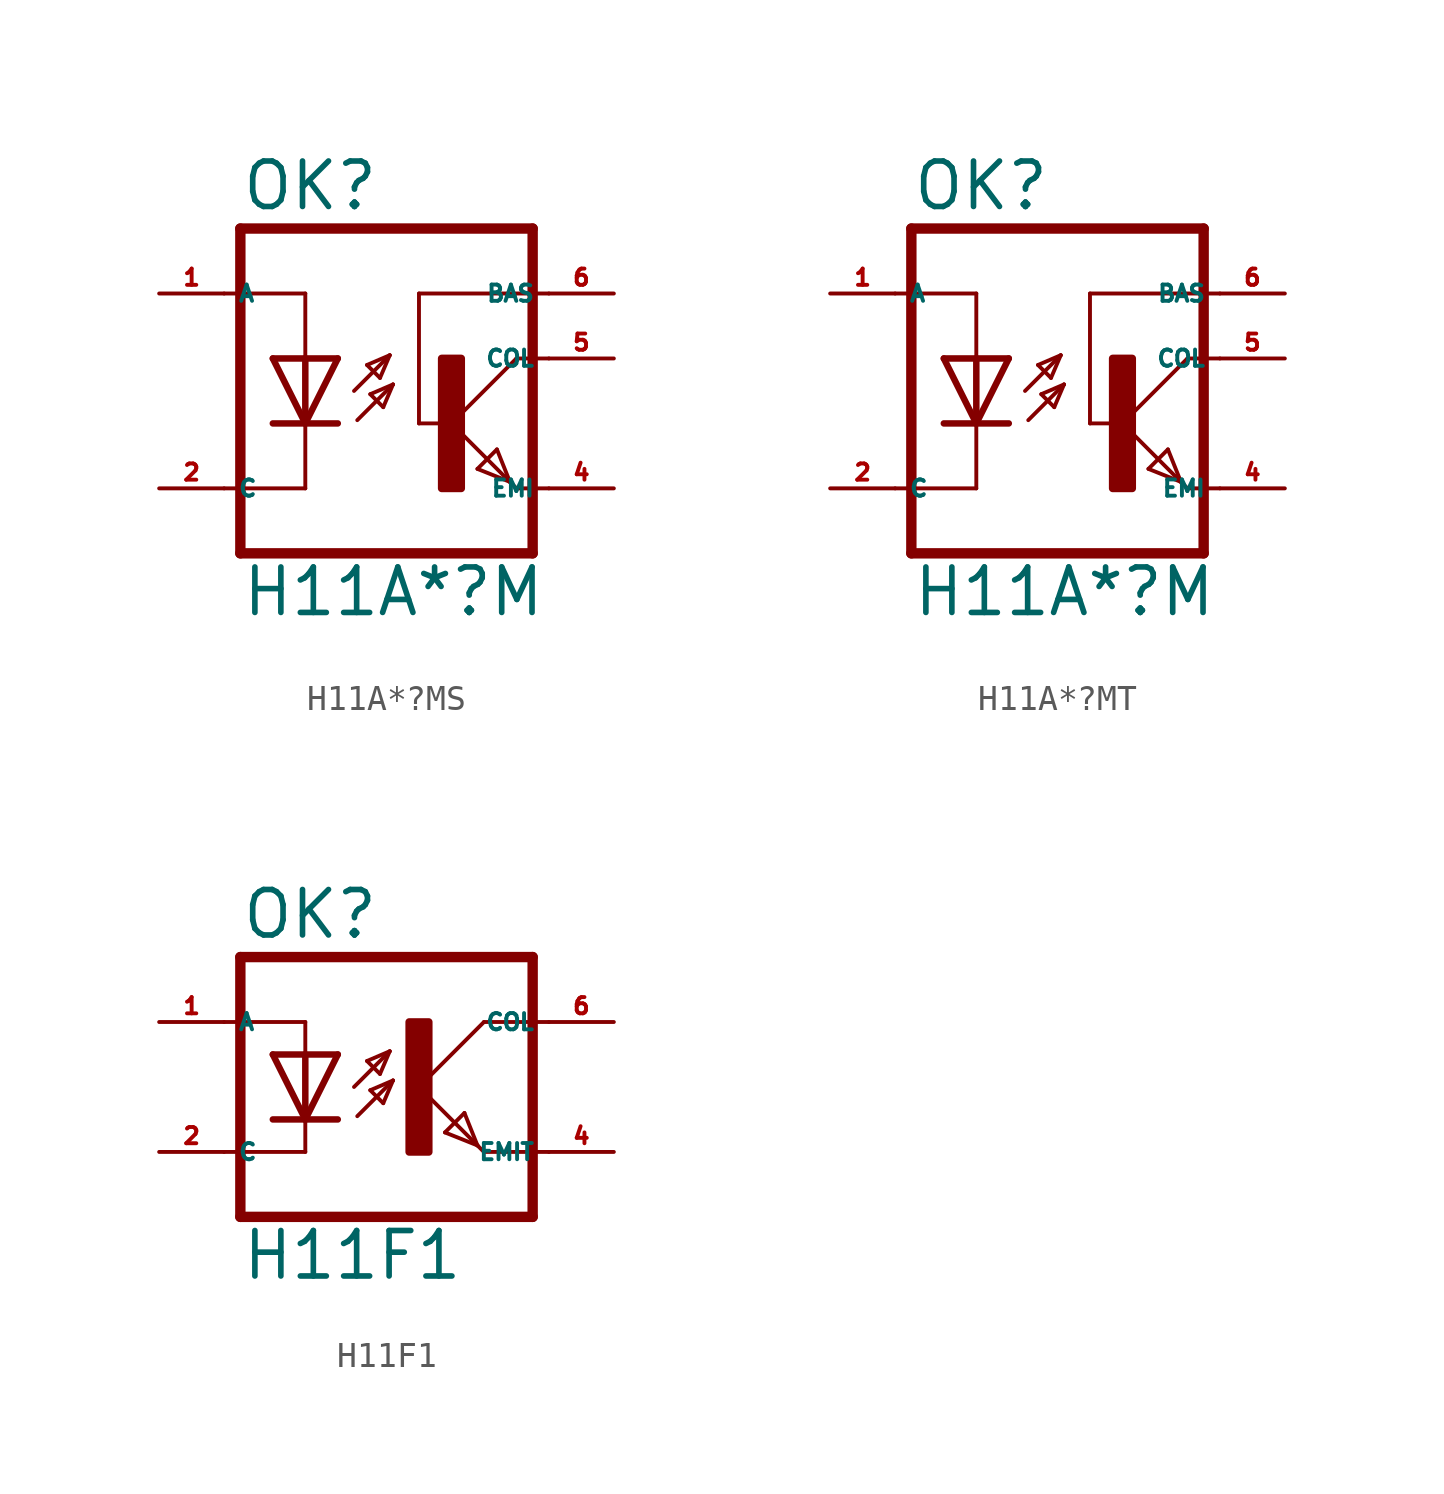
<source format=kicad_sym>
(kicad_symbol_lib
  (version 20220914)
  (generator kicad_symbol_editor)
  (symbol "H11A*?MS"
    (property "Reference" "OK"
      (at -6.985 5.715 0)
      (effects (font (size 1.778 1.778) (thickness 0.22)) (justify left bottom)))
    (property "Value" "H11A*?M"
      (at -6.985 -10.16 0)
      (effects (font (size 1.778 1.778) (thickness 0.22)) (justify left bottom)))
    (symbol "H11A*?MS_1_1"
      (polyline (pts (xy -7.62 2.54) (xy -4.445 2.54)) (stroke (width 0.152) (type default)) (fill (type none)))
      (polyline (pts (xy -6.985 -7.62) (xy 4.445 -7.62)) (stroke (width 0.406) (type default)) (fill (type none)))
      (polyline (pts (xy -6.985 5.08) (xy -6.985 -7.62)) (stroke (width 0.406) (type default)) (fill (type none)))
      (polyline (pts (xy -6.985 5.08) (xy 4.445 5.08)) (stroke (width 0.406) (type default)) (fill (type none)))
      (polyline (pts (xy -4.445 -5.08) (xy -7.62 -5.08)) (stroke (width 0.152) (type default)) (fill (type none)))
      (polyline (pts (xy -4.445 -2.54) (xy -5.715 -2.54)) (stroke (width 0.254) (type default)) (fill (type none)))
      (polyline (pts (xy -4.445 -2.54) (xy -5.715 0)) (stroke (width 0.254) (type default)) (fill (type none)))
      (polyline (pts (xy -4.445 -2.54) (xy -4.445 -5.08)) (stroke (width 0.152) (type default)) (fill (type none)))
      (polyline (pts (xy -4.445 0) (xy -5.715 0)) (stroke (width 0.254) (type default)) (fill (type none)))
      (polyline (pts (xy -4.445 0) (xy -4.445 -2.54)) (stroke (width 0.254) (type default)) (fill (type none)))
      (polyline (pts (xy -4.445 2.54) (xy -4.445 0)) (stroke (width 0.152) (type default)) (fill (type none)))
      (polyline (pts (xy -3.175 -2.54) (xy -4.445 -2.54)) (stroke (width 0.254) (type default)) (fill (type none)))
      (polyline (pts (xy -3.175 0) (xy -4.445 -2.54)) (stroke (width 0.254) (type default)) (fill (type none)))
      (polyline (pts (xy -3.175 0) (xy -4.445 0)) (stroke (width 0.254) (type default)) (fill (type none)))
      (polyline (pts (xy -2.54 -1.27) (xy -1.143 0.127)) (stroke (width 0.152) (type default)) (fill (type none)))
      (polyline (pts (xy -2.413 -2.413) (xy -1.016 -1.016)) (stroke (width 0.152) (type default)) (fill (type none)))
      (polyline (pts (xy -2.032 -0.254) (xy -1.524 -0.762)) (stroke (width 0.152) (type default)) (fill (type none)))
      (polyline (pts (xy -1.905 -1.397) (xy -1.397 -1.905)) (stroke (width 0.152) (type default)) (fill (type none)))
      (polyline (pts (xy -1.524 -0.762) (xy -1.143 0.127)) (stroke (width 0.152) (type default)) (fill (type none)))
      (polyline (pts (xy -1.397 -1.905) (xy -1.016 -1.016)) (stroke (width 0.152) (type default)) (fill (type none)))
      (polyline (pts (xy -1.143 0.127) (xy -2.032 -0.254)) (stroke (width 0.152) (type default)) (fill (type none)))
      (polyline (pts (xy -1.016 -1.016) (xy -1.905 -1.397)) (stroke (width 0.152) (type default)) (fill (type none)))
      (polyline (pts (xy 0 -2.54) (xy 0 2.54)) (stroke (width 0.152) (type default)) (fill (type none)))
      (polyline (pts (xy 0 -2.54) (xy 1.016 -2.54)) (stroke (width 0.152) (type default)) (fill (type none)))
      (polyline (pts (xy 0 2.54) (xy 5.08 2.54)) (stroke (width 0.152) (type default)) (fill (type none)))
      (polyline (pts (xy 1.27 -2.54) (xy 3.556 -4.826)) (stroke (width 0.152) (type default)) (fill (type none)))
      (polyline (pts (xy 2.286 -4.318) (xy 3.048 -3.556)) (stroke (width 0.152) (type default)) (fill (type none)))
      (polyline (pts (xy 3.048 -3.556) (xy 3.556 -4.826)) (stroke (width 0.152) (type default)) (fill (type none)))
      (polyline (pts (xy 3.556 -4.826) (xy 2.286 -4.318)) (stroke (width 0.152) (type default)) (fill (type none)))
      (polyline (pts (xy 3.556 -4.826) (xy 3.81 -5.08)) (stroke (width 0.152) (type default)) (fill (type none)))
      (polyline (pts (xy 3.81 -5.08) (xy 5.08 -5.08)) (stroke (width 0.152) (type default)) (fill (type none)))
      (polyline (pts (xy 3.81 0) (xy 1.27 -2.54)) (stroke (width 0.152) (type default)) (fill (type none)))
      (polyline (pts (xy 3.81 0) (xy 5.08 0)) (stroke (width 0.152) (type default)) (fill (type none)))
      (polyline (pts (xy 4.445 5.08) (xy 4.445 -7.62)) (stroke (width 0.406) (type default)) (fill (type none)))
      (rectangle (start 0.889 -5.08) (end 1.651 0) (stroke (width 0.3) (type default)) (fill (type outline)))
      (pin passive line (at -10.16 2.54 0) (length 2.54) (name "A" (effects (font (size 0.635 0.635)))) (number "1" (effects (font (size 0.635 0.635)))))
      (pin passive line (at -10.16 -5.08 0) (length 2.54) (name "C" (effects (font (size 0.635 0.635)))) (number "2" (effects (font (size 0.635 0.635)))))
      (pin passive line (at 7.62 -5.08 180) (length 2.54) (name "EMI" (effects (font (size 0.635 0.635)))) (number "4" (effects (font (size 0.635 0.635)))))
      (pin passive line (at 7.62 0 180) (length 2.54) (name "COL" (effects (font (size 0.635 0.635)))) (number "5" (effects (font (size 0.635 0.635)))))
      (pin passive line (at 7.62 2.54 180) (length 2.54) (name "BAS" (effects (font (size 0.635 0.635)))) (number "6" (effects (font (size 0.635 0.635)))))))
  (symbol "H11A*?MT"
    (property "Reference" "OK"
      (at -6.985 5.715 0)
      (effects (font (size 1.778 1.778) (thickness 0.22)) (justify left bottom)))
    (property "Value" "H11A*?M"
      (at -6.985 -10.16 0)
      (effects (font (size 1.778 1.778) (thickness 0.22)) (justify left bottom)))
    (symbol "H11A*?MT_1_1"
      (polyline (pts (xy -7.62 2.54) (xy -4.445 2.54)) (stroke (width 0.152) (type default)) (fill (type none)))
      (polyline (pts (xy -6.985 -7.62) (xy 4.445 -7.62)) (stroke (width 0.406) (type default)) (fill (type none)))
      (polyline (pts (xy -6.985 5.08) (xy -6.985 -7.62)) (stroke (width 0.406) (type default)) (fill (type none)))
      (polyline (pts (xy -6.985 5.08) (xy 4.445 5.08)) (stroke (width 0.406) (type default)) (fill (type none)))
      (polyline (pts (xy -4.445 -5.08) (xy -7.62 -5.08)) (stroke (width 0.152) (type default)) (fill (type none)))
      (polyline (pts (xy -4.445 -2.54) (xy -5.715 -2.54)) (stroke (width 0.254) (type default)) (fill (type none)))
      (polyline (pts (xy -4.445 -2.54) (xy -5.715 0)) (stroke (width 0.254) (type default)) (fill (type none)))
      (polyline (pts (xy -4.445 -2.54) (xy -4.445 -5.08)) (stroke (width 0.152) (type default)) (fill (type none)))
      (polyline (pts (xy -4.445 0) (xy -5.715 0)) (stroke (width 0.254) (type default)) (fill (type none)))
      (polyline (pts (xy -4.445 0) (xy -4.445 -2.54)) (stroke (width 0.254) (type default)) (fill (type none)))
      (polyline (pts (xy -4.445 2.54) (xy -4.445 0)) (stroke (width 0.152) (type default)) (fill (type none)))
      (polyline (pts (xy -3.175 -2.54) (xy -4.445 -2.54)) (stroke (width 0.254) (type default)) (fill (type none)))
      (polyline (pts (xy -3.175 0) (xy -4.445 -2.54)) (stroke (width 0.254) (type default)) (fill (type none)))
      (polyline (pts (xy -3.175 0) (xy -4.445 0)) (stroke (width 0.254) (type default)) (fill (type none)))
      (polyline (pts (xy -2.54 -1.27) (xy -1.143 0.127)) (stroke (width 0.152) (type default)) (fill (type none)))
      (polyline (pts (xy -2.413 -2.413) (xy -1.016 -1.016)) (stroke (width 0.152) (type default)) (fill (type none)))
      (polyline (pts (xy -2.032 -0.254) (xy -1.524 -0.762)) (stroke (width 0.152) (type default)) (fill (type none)))
      (polyline (pts (xy -1.905 -1.397) (xy -1.397 -1.905)) (stroke (width 0.152) (type default)) (fill (type none)))
      (polyline (pts (xy -1.524 -0.762) (xy -1.143 0.127)) (stroke (width 0.152) (type default)) (fill (type none)))
      (polyline (pts (xy -1.397 -1.905) (xy -1.016 -1.016)) (stroke (width 0.152) (type default)) (fill (type none)))
      (polyline (pts (xy -1.143 0.127) (xy -2.032 -0.254)) (stroke (width 0.152) (type default)) (fill (type none)))
      (polyline (pts (xy -1.016 -1.016) (xy -1.905 -1.397)) (stroke (width 0.152) (type default)) (fill (type none)))
      (polyline (pts (xy 0 -2.54) (xy 0 2.54)) (stroke (width 0.152) (type default)) (fill (type none)))
      (polyline (pts (xy 0 -2.54) (xy 1.016 -2.54)) (stroke (width 0.152) (type default)) (fill (type none)))
      (polyline (pts (xy 0 2.54) (xy 5.08 2.54)) (stroke (width 0.152) (type default)) (fill (type none)))
      (polyline (pts (xy 1.27 -2.54) (xy 3.556 -4.826)) (stroke (width 0.152) (type default)) (fill (type none)))
      (polyline (pts (xy 2.286 -4.318) (xy 3.048 -3.556)) (stroke (width 0.152) (type default)) (fill (type none)))
      (polyline (pts (xy 3.048 -3.556) (xy 3.556 -4.826)) (stroke (width 0.152) (type default)) (fill (type none)))
      (polyline (pts (xy 3.556 -4.826) (xy 2.286 -4.318)) (stroke (width 0.152) (type default)) (fill (type none)))
      (polyline (pts (xy 3.556 -4.826) (xy 3.81 -5.08)) (stroke (width 0.152) (type default)) (fill (type none)))
      (polyline (pts (xy 3.81 -5.08) (xy 5.08 -5.08)) (stroke (width 0.152) (type default)) (fill (type none)))
      (polyline (pts (xy 3.81 0) (xy 1.27 -2.54)) (stroke (width 0.152) (type default)) (fill (type none)))
      (polyline (pts (xy 3.81 0) (xy 5.08 0)) (stroke (width 0.152) (type default)) (fill (type none)))
      (polyline (pts (xy 4.445 5.08) (xy 4.445 -7.62)) (stroke (width 0.406) (type default)) (fill (type none)))
      (rectangle (start 0.889 -5.08) (end 1.651 0) (stroke (width 0.3) (type default)) (fill (type outline)))
      (pin passive line (at -10.16 2.54 0) (length 2.54) (name "A" (effects (font (size 0.635 0.635)))) (number "1" (effects (font (size 0.635 0.635)))))
      (pin passive line (at -10.16 -5.08 0) (length 2.54) (name "C" (effects (font (size 0.635 0.635)))) (number "2" (effects (font (size 0.635 0.635)))))
      (pin passive line (at 7.62 -5.08 180) (length 2.54) (name "EMI" (effects (font (size 0.635 0.635)))) (number "4" (effects (font (size 0.635 0.635)))))
      (pin passive line (at 7.62 0 180) (length 2.54) (name "COL" (effects (font (size 0.635 0.635)))) (number "5" (effects (font (size 0.635 0.635)))))
      (pin passive line (at 7.62 2.54 180) (length 2.54) (name "BAS" (effects (font (size 0.635 0.635)))) (number "6" (effects (font (size 0.635 0.635)))))))
  (symbol "H11F1"
    (property "Reference" "OK"
      (at -6.985 5.715 0)
      (effects (font (size 1.778 1.778) (thickness 0.22)) (justify left bottom)))
    (property "Value" "H11F1"
      (at -6.985 -7.62 0)
      (effects (font (size 1.778 1.778) (thickness 0.22)) (justify left bottom)))
    (symbol "H11F1_1_1"
      (rectangle (start -0.381 -2.54) (end 0.381 2.54) (stroke (width 0.3) (type default)) (fill (type outline)))
      (polyline (pts (xy -6.985 -5.08) (xy 4.445 -5.08)) (stroke (width 0.406) (type default)) (fill (type none)))
      (polyline (pts (xy -6.985 5.08) (xy -6.985 -5.08)) (stroke (width 0.406) (type default)) (fill (type none)))
      (polyline (pts (xy -6.985 5.08) (xy 4.445 5.08)) (stroke (width 0.406) (type default)) (fill (type none)))
      (polyline (pts (xy -4.445 -2.54) (xy -7.62 -2.54)) (stroke (width 0.152) (type default)) (fill (type none)))
      (polyline (pts (xy -4.445 -1.27) (xy -5.715 -1.27)) (stroke (width 0.254) (type default)) (fill (type none)))
      (polyline (pts (xy -4.445 -1.27) (xy -5.715 1.27)) (stroke (width 0.254) (type default)) (fill (type none)))
      (polyline (pts (xy -4.445 -1.27) (xy -4.445 -2.54)) (stroke (width 0.152) (type default)) (fill (type none)))
      (polyline (pts (xy -4.445 1.27) (xy -5.715 1.27)) (stroke (width 0.254) (type default)) (fill (type none)))
      (polyline (pts (xy -4.445 1.27) (xy -4.445 -1.27)) (stroke (width 0.254) (type default)) (fill (type none)))
      (polyline (pts (xy -4.445 2.54) (xy -7.62 2.54)) (stroke (width 0.152) (type default)) (fill (type none)))
      (polyline (pts (xy -4.445 2.54) (xy -4.445 1.27)) (stroke (width 0.152) (type default)) (fill (type none)))
      (polyline (pts (xy -3.175 -1.27) (xy -4.445 -1.27)) (stroke (width 0.254) (type default)) (fill (type none)))
      (polyline (pts (xy -3.175 1.27) (xy -4.445 -1.27)) (stroke (width 0.254) (type default)) (fill (type none)))
      (polyline (pts (xy -3.175 1.27) (xy -4.445 1.27)) (stroke (width 0.254) (type default)) (fill (type none)))
      (polyline (pts (xy -2.54 0) (xy -1.143 1.397)) (stroke (width 0.152) (type default)) (fill (type none)))
      (polyline (pts (xy -2.413 -1.143) (xy -1.016 0.254)) (stroke (width 0.152) (type default)) (fill (type none)))
      (polyline (pts (xy -2.032 1.016) (xy -1.524 0.508)) (stroke (width 0.152) (type default)) (fill (type none)))
      (polyline (pts (xy -1.905 -0.127) (xy -1.397 -0.635)) (stroke (width 0.152) (type default)) (fill (type none)))
      (polyline (pts (xy -1.524 0.508) (xy -1.143 1.397)) (stroke (width 0.152) (type default)) (fill (type none)))
      (polyline (pts (xy -1.397 -0.635) (xy -1.016 0.254)) (stroke (width 0.152) (type default)) (fill (type none)))
      (polyline (pts (xy -1.143 1.397) (xy -2.032 1.016)) (stroke (width 0.152) (type default)) (fill (type none)))
      (polyline (pts (xy -1.016 0.254) (xy -1.905 -0.127)) (stroke (width 0.152) (type default)) (fill (type none)))
      (polyline (pts (xy 0 0) (xy 2.286 -2.286)) (stroke (width 0.152) (type default)) (fill (type none)))
      (polyline (pts (xy 1.016 -1.778) (xy 1.778 -1.016)) (stroke (width 0.152) (type default)) (fill (type none)))
      (polyline (pts (xy 1.778 -1.016) (xy 2.286 -2.286)) (stroke (width 0.152) (type default)) (fill (type none)))
      (polyline (pts (xy 2.286 -2.286) (xy 1.016 -1.778)) (stroke (width 0.152) (type default)) (fill (type none)))
      (polyline (pts (xy 2.286 -2.286) (xy 2.54 -2.54)) (stroke (width 0.152) (type default)) (fill (type none)))
      (polyline (pts (xy 2.54 -2.54) (xy 5.08 -2.54)) (stroke (width 0.152) (type default)) (fill (type none)))
      (polyline (pts (xy 2.54 2.54) (xy 0 0)) (stroke (width 0.152) (type default)) (fill (type none)))
      (polyline (pts (xy 2.54 2.54) (xy 5.08 2.54)) (stroke (width 0.152) (type default)) (fill (type none)))
      (polyline (pts (xy 4.445 5.08) (xy 4.445 -5.08)) (stroke (width 0.406) (type default)) (fill (type none)))
      (pin passive line (at -10.16 2.54 0) (length 2.54) (name "A" (effects (font (size 0.635 0.635)))) (number "1" (effects (font (size 0.635 0.635)))))
      (pin passive line (at -10.16 -2.54 0) (length 2.54) (name "C" (effects (font (size 0.635 0.635)))) (number "2" (effects (font (size 0.635 0.635)))))
      (pin passive line (at 7.62 -2.54 180) (length 2.54) (name "EMIT" (effects (font (size 0.635 0.635)))) (number "4" (effects (font (size 0.635 0.635)))))
      (pin passive line (at 7.62 2.54 180) (length 2.54) (name "COL" (effects (font (size 0.635 0.635)))) (number "6" (effects (font (size 0.635 0.635))))))))
</source>
